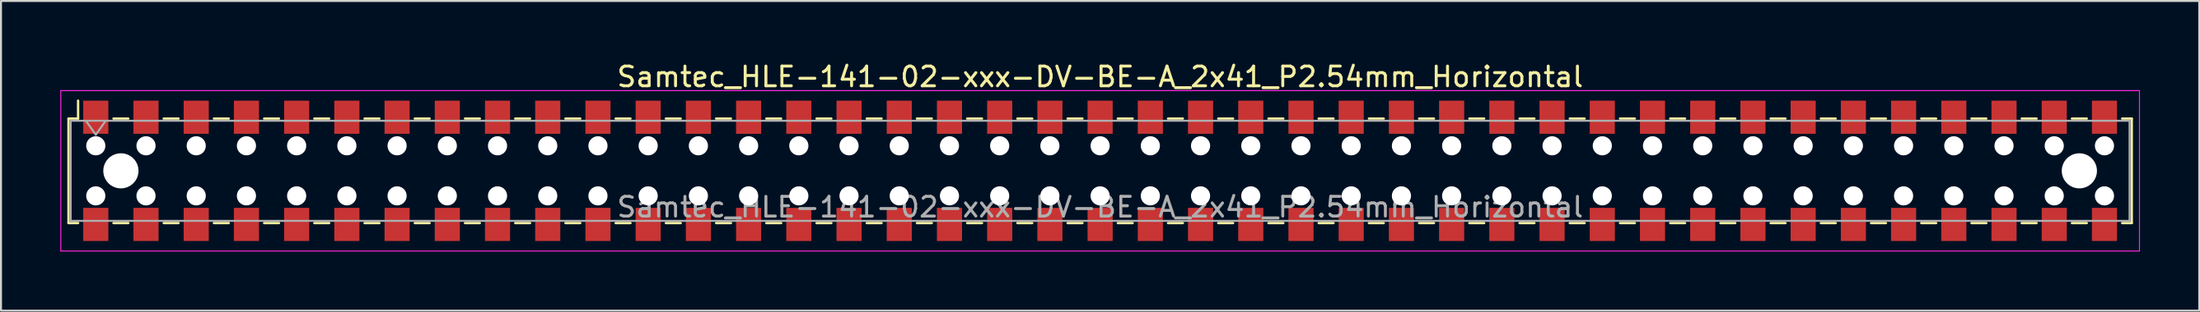
<source format=kicad_pcb>
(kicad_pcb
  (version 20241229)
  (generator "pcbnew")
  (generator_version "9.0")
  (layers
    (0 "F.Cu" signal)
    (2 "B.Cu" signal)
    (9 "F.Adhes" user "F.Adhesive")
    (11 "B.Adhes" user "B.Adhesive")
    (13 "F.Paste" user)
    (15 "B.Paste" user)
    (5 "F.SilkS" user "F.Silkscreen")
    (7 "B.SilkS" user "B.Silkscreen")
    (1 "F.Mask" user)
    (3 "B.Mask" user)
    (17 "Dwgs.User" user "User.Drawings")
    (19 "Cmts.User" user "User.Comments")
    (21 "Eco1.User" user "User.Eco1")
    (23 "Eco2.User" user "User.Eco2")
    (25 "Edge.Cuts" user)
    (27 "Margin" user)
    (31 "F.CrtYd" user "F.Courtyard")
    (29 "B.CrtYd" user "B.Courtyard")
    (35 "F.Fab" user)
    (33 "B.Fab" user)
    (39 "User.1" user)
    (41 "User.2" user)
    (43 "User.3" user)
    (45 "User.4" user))
  (footprint "Samtec_HLE-141-02-xxx-DV-BE-A_2x41_P2.54mm_Horizontal"
    (layer "F.Cu")
    (at 52.595 5.618)
    (property "Reference" "Samtec_HLE-141-02-xxx-DV-BE-A_2x41_P2.54mm_Horizontal" (at 0 -4.77 0) (layer "F.SilkS") (effects (font (size 1 1) (thickness 0.15))))
    (attr smd)
    (fp_line (start -52.18 -2.65) (end -52.18 2.65) (stroke (width 0.12) (type solid)) (layer "F.SilkS"))
    (fp_line (start -52.18 2.65) (end -51.695 2.65) (stroke (width 0.12) (type solid)) (layer "F.SilkS"))
    (fp_line (start -51.695 -3.56) (end -51.695 -2.65) (stroke (width 0.12) (type solid)) (layer "F.SilkS"))
    (fp_line (start -51.695 -2.65) (end -52.18 -2.65) (stroke (width 0.12) (type solid)) (layer "F.SilkS"))
    (fp_line (start -49.905 -2.65) (end -49.155 -2.65) (stroke (width 0.12) (type solid)) (layer "F.SilkS"))
    (fp_line (start -49.905 2.65) (end -49.155 2.65) (stroke (width 0.12) (type solid)) (layer "F.SilkS"))
    (fp_line (start -47.365 -2.65) (end -46.615 -2.65) (stroke (width 0.12) (type solid)) (layer "F.SilkS"))
    (fp_line (start -47.365 2.65) (end -46.615 2.65) (stroke (width 0.12) (type solid)) (layer "F.SilkS"))
    (fp_line (start -44.825 -2.65) (end -44.075 -2.65) (stroke (width 0.12) (type solid)) (layer "F.SilkS"))
    (fp_line (start -44.825 2.65) (end -44.075 2.65) (stroke (width 0.12) (type solid)) (layer "F.SilkS"))
    (fp_line (start -42.285 -2.65) (end -41.535 -2.65) (stroke (width 0.12) (type solid)) (layer "F.SilkS"))
    (fp_line (start -42.285 2.65) (end -41.535 2.65) (stroke (width 0.12) (type solid)) (layer "F.SilkS"))
    (fp_line (start -39.745 -2.65) (end -38.995 -2.65) (stroke (width 0.12) (type solid)) (layer "F.SilkS"))
    (fp_line (start -39.745 2.65) (end -38.995 2.65) (stroke (width 0.12) (type solid)) (layer "F.SilkS"))
    (fp_line (start -37.205 -2.65) (end -36.455 -2.65) (stroke (width 0.12) (type solid)) (layer "F.SilkS"))
    (fp_line (start -37.205 2.65) (end -36.455 2.65) (stroke (width 0.12) (type solid)) (layer "F.SilkS"))
    (fp_line (start -34.665 -2.65) (end -33.915 -2.65) (stroke (width 0.12) (type solid)) (layer "F.SilkS"))
    (fp_line (start -34.665 2.65) (end -33.915 2.65) (stroke (width 0.12) (type solid)) (layer "F.SilkS"))
    (fp_line (start -32.125 -2.65) (end -31.375 -2.65) (stroke (width 0.12) (type solid)) (layer "F.SilkS"))
    (fp_line (start -32.125 2.65) (end -31.375 2.65) (stroke (width 0.12) (type solid)) (layer "F.SilkS"))
    (fp_line (start -29.585 -2.65) (end -28.835 -2.65) (stroke (width 0.12) (type solid)) (layer "F.SilkS"))
    (fp_line (start -29.585 2.65) (end -28.835 2.65) (stroke (width 0.12) (type solid)) (layer "F.SilkS"))
    (fp_line (start -27.045 -2.65) (end -26.295 -2.65) (stroke (width 0.12) (type solid)) (layer "F.SilkS"))
    (fp_line (start -27.045 2.65) (end -26.295 2.65) (stroke (width 0.12) (type solid)) (layer "F.SilkS"))
    (fp_line (start -24.505 -2.65) (end -23.755 -2.65) (stroke (width 0.12) (type solid)) (layer "F.SilkS"))
    (fp_line (start -24.505 2.65) (end -23.755 2.65) (stroke (width 0.12) (type solid)) (layer "F.SilkS"))
    (fp_line (start -21.965 -2.65) (end -21.215 -2.65) (stroke (width 0.12) (type solid)) (layer "F.SilkS"))
    (fp_line (start -21.965 2.65) (end -21.215 2.65) (stroke (width 0.12) (type solid)) (layer "F.SilkS"))
    (fp_line (start -19.425 -2.65) (end -18.675 -2.65) (stroke (width 0.12) (type solid)) (layer "F.SilkS"))
    (fp_line (start -19.425 2.65) (end -18.675 2.65) (stroke (width 0.12) (type solid)) (layer "F.SilkS"))
    (fp_line (start -16.885 -2.65) (end -16.135 -2.65) (stroke (width 0.12) (type solid)) (layer "F.SilkS"))
    (fp_line (start -16.885 2.65) (end -16.135 2.65) (stroke (width 0.12) (type solid)) (layer "F.SilkS"))
    (fp_line (start -14.345 -2.65) (end -13.595 -2.65) (stroke (width 0.12) (type solid)) (layer "F.SilkS"))
    (fp_line (start -14.345 2.65) (end -13.595 2.65) (stroke (width 0.12) (type solid)) (layer "F.SilkS"))
    (fp_line (start -11.805 -2.65) (end -11.055 -2.65) (stroke (width 0.12) (type solid)) (layer "F.SilkS"))
    (fp_line (start -11.805 2.65) (end -11.055 2.65) (stroke (width 0.12) (type solid)) (layer "F.SilkS"))
    (fp_line (start -9.265 -2.65) (end -8.515 -2.65) (stroke (width 0.12) (type solid)) (layer "F.SilkS"))
    (fp_line (start -9.265 2.65) (end -8.515 2.65) (stroke (width 0.12) (type solid)) (layer "F.SilkS"))
    (fp_line (start -6.725 -2.65) (end -5.975 -2.65) (stroke (width 0.12) (type solid)) (layer "F.SilkS"))
    (fp_line (start -6.725 2.65) (end -5.975 2.65) (stroke (width 0.12) (type solid)) (layer "F.SilkS"))
    (fp_line (start -4.185 -2.65) (end -3.435 -2.65) (stroke (width 0.12) (type solid)) (layer "F.SilkS"))
    (fp_line (start -4.185 2.65) (end -3.435 2.65) (stroke (width 0.12) (type solid)) (layer "F.SilkS"))
    (fp_line (start -1.645 -2.65) (end -0.895 -2.65) (stroke (width 0.12) (type solid)) (layer "F.SilkS"))
    (fp_line (start -1.645 2.65) (end -0.895 2.65) (stroke (width 0.12) (type solid)) (layer "F.SilkS"))
    (fp_line (start 0.895 -2.65) (end 1.645 -2.65) (stroke (width 0.12) (type solid)) (layer "F.SilkS"))
    (fp_line (start 0.895 2.65) (end 1.645 2.65) (stroke (width 0.12) (type solid)) (layer "F.SilkS"))
    (fp_line (start 3.435 -2.65) (end 4.185 -2.65) (stroke (width 0.12) (type solid)) (layer "F.SilkS"))
    (fp_line (start 3.435 2.65) (end 4.185 2.65) (stroke (width 0.12) (type solid)) (layer "F.SilkS"))
    (fp_line (start 5.975 -2.65) (end 6.725 -2.65) (stroke (width 0.12) (type solid)) (layer "F.SilkS"))
    (fp_line (start 5.975 2.65) (end 6.725 2.65) (stroke (width 0.12) (type solid)) (layer "F.SilkS"))
    (fp_line (start 8.515 -2.65) (end 9.265 -2.65) (stroke (width 0.12) (type solid)) (layer "F.SilkS"))
    (fp_line (start 8.515 2.65) (end 9.265 2.65) (stroke (width 0.12) (type solid)) (layer "F.SilkS"))
    (fp_line (start 11.055 -2.65) (end 11.805 -2.65) (stroke (width 0.12) (type solid)) (layer "F.SilkS"))
    (fp_line (start 11.055 2.65) (end 11.805 2.65) (stroke (width 0.12) (type solid)) (layer "F.SilkS"))
    (fp_line (start 13.595 -2.65) (end 14.345 -2.65) (stroke (width 0.12) (type solid)) (layer "F.SilkS"))
    (fp_line (start 13.595 2.65) (end 14.345 2.65) (stroke (width 0.12) (type solid)) (layer "F.SilkS"))
    (fp_line (start 16.135 -2.65) (end 16.885 -2.65) (stroke (width 0.12) (type solid)) (layer "F.SilkS"))
    (fp_line (start 16.135 2.65) (end 16.885 2.65) (stroke (width 0.12) (type solid)) (layer "F.SilkS"))
    (fp_line (start 18.675 -2.65) (end 19.425 -2.65) (stroke (width 0.12) (type solid)) (layer "F.SilkS"))
    (fp_line (start 18.675 2.65) (end 19.425 2.65) (stroke (width 0.12) (type solid)) (layer "F.SilkS"))
    (fp_line (start 21.215 -2.65) (end 21.965 -2.65) (stroke (width 0.12) (type solid)) (layer "F.SilkS"))
    (fp_line (start 21.215 2.65) (end 21.965 2.65) (stroke (width 0.12) (type solid)) (layer "F.SilkS"))
    (fp_line (start 23.755 -2.65) (end 24.505 -2.65) (stroke (width 0.12) (type solid)) (layer "F.SilkS"))
    (fp_line (start 23.755 2.65) (end 24.505 2.65) (stroke (width 0.12) (type solid)) (layer "F.SilkS"))
    (fp_line (start 26.295 -2.65) (end 27.045 -2.65) (stroke (width 0.12) (type solid)) (layer "F.SilkS"))
    (fp_line (start 26.295 2.65) (end 27.045 2.65) (stroke (width 0.12) (type solid)) (layer "F.SilkS"))
    (fp_line (start 28.835 -2.65) (end 29.585 -2.65) (stroke (width 0.12) (type solid)) (layer "F.SilkS"))
    (fp_line (start 28.835 2.65) (end 29.585 2.65) (stroke (width 0.12) (type solid)) (layer "F.SilkS"))
    (fp_line (start 31.375 -2.65) (end 32.125 -2.65) (stroke (width 0.12) (type solid)) (layer "F.SilkS"))
    (fp_line (start 31.375 2.65) (end 32.125 2.65) (stroke (width 0.12) (type solid)) (layer "F.SilkS"))
    (fp_line (start 33.915 -2.65) (end 34.665 -2.65) (stroke (width 0.12) (type solid)) (layer "F.SilkS"))
    (fp_line (start 33.915 2.65) (end 34.665 2.65) (stroke (width 0.12) (type solid)) (layer "F.SilkS"))
    (fp_line (start 36.455 -2.65) (end 37.205 -2.65) (stroke (width 0.12) (type solid)) (layer "F.SilkS"))
    (fp_line (start 36.455 2.65) (end 37.205 2.65) (stroke (width 0.12) (type solid)) (layer "F.SilkS"))
    (fp_line (start 38.995 -2.65) (end 39.745 -2.65) (stroke (width 0.12) (type solid)) (layer "F.SilkS"))
    (fp_line (start 38.995 2.65) (end 39.745 2.65) (stroke (width 0.12) (type solid)) (layer "F.SilkS"))
    (fp_line (start 41.535 -2.65) (end 42.285 -2.65) (stroke (width 0.12) (type solid)) (layer "F.SilkS"))
    (fp_line (start 41.535 2.65) (end 42.285 2.65) (stroke (width 0.12) (type solid)) (layer "F.SilkS"))
    (fp_line (start 44.075 -2.65) (end 44.825 -2.65) (stroke (width 0.12) (type solid)) (layer "F.SilkS"))
    (fp_line (start 44.075 2.65) (end 44.825 2.65) (stroke (width 0.12) (type solid)) (layer "F.SilkS"))
    (fp_line (start 46.615 -2.65) (end 47.365 -2.65) (stroke (width 0.12) (type solid)) (layer "F.SilkS"))
    (fp_line (start 46.615 2.65) (end 47.365 2.65) (stroke (width 0.12) (type solid)) (layer "F.SilkS"))
    (fp_line (start 49.155 -2.65) (end 49.905 -2.65) (stroke (width 0.12) (type solid)) (layer "F.SilkS"))
    (fp_line (start 49.155 2.65) (end 49.905 2.65) (stroke (width 0.12) (type solid)) (layer "F.SilkS"))
    (fp_line (start 51.695 -2.65) (end 52.18 -2.65) (stroke (width 0.12) (type solid)) (layer "F.SilkS"))
    (fp_line (start 52.18 -2.65) (end 52.18 2.65) (stroke (width 0.12) (type solid)) (layer "F.SilkS"))
    (fp_line (start 52.18 2.65) (end 51.695 2.65) (stroke (width 0.12) (type solid)) (layer "F.SilkS"))
    (fp_line (start -52.57 -4.07) (end 52.57 -4.07) (stroke (width 0.05) (type solid)) (layer "F.CrtYd"))
    (fp_line (start -52.57 4.07) (end -52.57 -4.07) (stroke (width 0.05) (type solid)) (layer "F.CrtYd"))
    (fp_line (start 52.57 -4.07) (end 52.57 4.07) (stroke (width 0.05) (type solid)) (layer "F.CrtYd"))
    (fp_line (start 52.57 4.07) (end -52.57 4.07) (stroke (width 0.05) (type solid)) (layer "F.CrtYd"))
    (fp_line (start -52.07 -2.54) (end 52.07 -2.54) (stroke (width 0.1) (type solid)) (layer "F.Fab"))
    (fp_line (start -52.07 2.54) (end -52.07 -2.54) (stroke (width 0.1) (type solid)) (layer "F.Fab"))
    (fp_line (start -51.3 -2.54) (end -50.8 -1.833) (stroke (width 0.1) (type solid)) (layer "F.Fab"))
    (fp_line (start -50.8 -1.833) (end -50.3 -2.54) (stroke (width 0.1) (type solid)) (layer "F.Fab"))
    (fp_line (start 52.07 -2.54) (end 52.07 2.54) (stroke (width 0.1) (type solid)) (layer "F.Fab"))
    (fp_line (start 52.07 2.54) (end -52.07 2.54) (stroke (width 0.1) (type solid)) (layer "F.Fab"))
    (fp_text user "${REFERENCE}" (at 0 1.84 0) (layer "F.Fab") (effects (font (size 1 1) (thickness 0.15))))
    (pad "" np_thru_hole circle (at -50.8 -1.27) (size 0.97 0.97) (drill 0.97) (layers "*.Cu" "*.Mask"))
    (pad "" np_thru_hole circle (at -50.8 1.27) (size 0.97 0.97) (drill 0.97) (layers "*.Cu" "*.Mask"))
    (pad "" np_thru_hole circle (at -49.53 0) (size 1.78 1.78) (drill 1.78) (layers "*.Cu" "*.Mask"))
    (pad "" np_thru_hole circle (at -48.26 -1.27) (size 0.97 0.97) (drill 0.97) (layers "*.Cu" "*.Mask"))
    (pad "" np_thru_hole circle (at -48.26 1.27) (size 0.97 0.97) (drill 0.97) (layers "*.Cu" "*.Mask"))
    (pad "" np_thru_hole circle (at -45.72 -1.27) (size 0.97 0.97) (drill 0.97) (layers "*.Cu" "*.Mask"))
    (pad "" np_thru_hole circle (at -45.72 1.27) (size 0.97 0.97) (drill 0.97) (layers "*.Cu" "*.Mask"))
    (pad "" np_thru_hole circle (at -43.18 -1.27) (size 0.97 0.97) (drill 0.97) (layers "*.Cu" "*.Mask"))
    (pad "" np_thru_hole circle (at -43.18 1.27) (size 0.97 0.97) (drill 0.97) (layers "*.Cu" "*.Mask"))
    (pad "" np_thru_hole circle (at -40.64 -1.27) (size 0.97 0.97) (drill 0.97) (layers "*.Cu" "*.Mask"))
    (pad "" np_thru_hole circle (at -40.64 1.27) (size 0.97 0.97) (drill 0.97) (layers "*.Cu" "*.Mask"))
    (pad "" np_thru_hole circle (at -38.1 -1.27) (size 0.97 0.97) (drill 0.97) (layers "*.Cu" "*.Mask"))
    (pad "" np_thru_hole circle (at -38.1 1.27) (size 0.97 0.97) (drill 0.97) (layers "*.Cu" "*.Mask"))
    (pad "" np_thru_hole circle (at -35.56 -1.27) (size 0.97 0.97) (drill 0.97) (layers "*.Cu" "*.Mask"))
    (pad "" np_thru_hole circle (at -35.56 1.27) (size 0.97 0.97) (drill 0.97) (layers "*.Cu" "*.Mask"))
    (pad "" np_thru_hole circle (at -33.02 -1.27) (size 0.97 0.97) (drill 0.97) (layers "*.Cu" "*.Mask"))
    (pad "" np_thru_hole circle (at -33.02 1.27) (size 0.97 0.97) (drill 0.97) (layers "*.Cu" "*.Mask"))
    (pad "" np_thru_hole circle (at -30.48 -1.27) (size 0.97 0.97) (drill 0.97) (layers "*.Cu" "*.Mask"))
    (pad "" np_thru_hole circle (at -30.48 1.27) (size 0.97 0.97) (drill 0.97) (layers "*.Cu" "*.Mask"))
    (pad "" np_thru_hole circle (at -27.94 -1.27) (size 0.97 0.97) (drill 0.97) (layers "*.Cu" "*.Mask"))
    (pad "" np_thru_hole circle (at -27.94 1.27) (size 0.97 0.97) (drill 0.97) (layers "*.Cu" "*.Mask"))
    (pad "" np_thru_hole circle (at -25.4 -1.27) (size 0.97 0.97) (drill 0.97) (layers "*.Cu" "*.Mask"))
    (pad "" np_thru_hole circle (at -25.4 1.27) (size 0.97 0.97) (drill 0.97) (layers "*.Cu" "*.Mask"))
    (pad "" np_thru_hole circle (at -22.86 -1.27) (size 0.97 0.97) (drill 0.97) (layers "*.Cu" "*.Mask"))
    (pad "" np_thru_hole circle (at -22.86 1.27) (size 0.97 0.97) (drill 0.97) (layers "*.Cu" "*.Mask"))
    (pad "" np_thru_hole circle (at -20.32 -1.27) (size 0.97 0.97) (drill 0.97) (layers "*.Cu" "*.Mask"))
    (pad "" np_thru_hole circle (at -20.32 1.27) (size 0.97 0.97) (drill 0.97) (layers "*.Cu" "*.Mask"))
    (pad "" np_thru_hole circle (at -17.78 -1.27) (size 0.97 0.97) (drill 0.97) (layers "*.Cu" "*.Mask"))
    (pad "" np_thru_hole circle (at -17.78 1.27) (size 0.97 0.97) (drill 0.97) (layers "*.Cu" "*.Mask"))
    (pad "" np_thru_hole circle (at -15.24 -1.27) (size 0.97 0.97) (drill 0.97) (layers "*.Cu" "*.Mask"))
    (pad "" np_thru_hole circle (at -15.24 1.27) (size 0.97 0.97) (drill 0.97) (layers "*.Cu" "*.Mask"))
    (pad "" np_thru_hole circle (at -12.7 -1.27) (size 0.97 0.97) (drill 0.97) (layers "*.Cu" "*.Mask"))
    (pad "" np_thru_hole circle (at -12.7 1.27) (size 0.97 0.97) (drill 0.97) (layers "*.Cu" "*.Mask"))
    (pad "" np_thru_hole circle (at -10.16 -1.27) (size 0.97 0.97) (drill 0.97) (layers "*.Cu" "*.Mask"))
    (pad "" np_thru_hole circle (at -10.16 1.27) (size 0.97 0.97) (drill 0.97) (layers "*.Cu" "*.Mask"))
    (pad "" np_thru_hole circle (at -7.62 -1.27) (size 0.97 0.97) (drill 0.97) (layers "*.Cu" "*.Mask"))
    (pad "" np_thru_hole circle (at -7.62 1.27) (size 0.97 0.97) (drill 0.97) (layers "*.Cu" "*.Mask"))
    (pad "" np_thru_hole circle (at -5.08 -1.27) (size 0.97 0.97) (drill 0.97) (layers "*.Cu" "*.Mask"))
    (pad "" np_thru_hole circle (at -5.08 1.27) (size 0.97 0.97) (drill 0.97) (layers "*.Cu" "*.Mask"))
    (pad "" np_thru_hole circle (at -2.54 -1.27) (size 0.97 0.97) (drill 0.97) (layers "*.Cu" "*.Mask"))
    (pad "" np_thru_hole circle (at -2.54 1.27) (size 0.97 0.97) (drill 0.97) (layers "*.Cu" "*.Mask"))
    (pad "" np_thru_hole circle (at 0 -1.27) (size 0.97 0.97) (drill 0.97) (layers "*.Cu" "*.Mask"))
    (pad "" np_thru_hole circle (at 0 1.27) (size 0.97 0.97) (drill 0.97) (layers "*.Cu" "*.Mask"))
    (pad "" np_thru_hole circle (at 2.54 -1.27) (size 0.97 0.97) (drill 0.97) (layers "*.Cu" "*.Mask"))
    (pad "" np_thru_hole circle (at 2.54 1.27) (size 0.97 0.97) (drill 0.97) (layers "*.Cu" "*.Mask"))
    (pad "" np_thru_hole circle (at 5.08 -1.27) (size 0.97 0.97) (drill 0.97) (layers "*.Cu" "*.Mask"))
    (pad "" np_thru_hole circle (at 5.08 1.27) (size 0.97 0.97) (drill 0.97) (layers "*.Cu" "*.Mask"))
    (pad "" np_thru_hole circle (at 7.62 -1.27) (size 0.97 0.97) (drill 0.97) (layers "*.Cu" "*.Mask"))
    (pad "" np_thru_hole circle (at 7.62 1.27) (size 0.97 0.97) (drill 0.97) (layers "*.Cu" "*.Mask"))
    (pad "" np_thru_hole circle (at 10.16 -1.27) (size 0.97 0.97) (drill 0.97) (layers "*.Cu" "*.Mask"))
    (pad "" np_thru_hole circle (at 10.16 1.27) (size 0.97 0.97) (drill 0.97) (layers "*.Cu" "*.Mask"))
    (pad "" np_thru_hole circle (at 12.7 -1.27) (size 0.97 0.97) (drill 0.97) (layers "*.Cu" "*.Mask"))
    (pad "" np_thru_hole circle (at 12.7 1.27) (size 0.97 0.97) (drill 0.97) (layers "*.Cu" "*.Mask"))
    (pad "" np_thru_hole circle (at 15.24 -1.27) (size 0.97 0.97) (drill 0.97) (layers "*.Cu" "*.Mask"))
    (pad "" np_thru_hole circle (at 15.24 1.27) (size 0.97 0.97) (drill 0.97) (layers "*.Cu" "*.Mask"))
    (pad "" np_thru_hole circle (at 17.78 -1.27) (size 0.97 0.97) (drill 0.97) (layers "*.Cu" "*.Mask"))
    (pad "" np_thru_hole circle (at 17.78 1.27) (size 0.97 0.97) (drill 0.97) (layers "*.Cu" "*.Mask"))
    (pad "" np_thru_hole circle (at 20.32 -1.27) (size 0.97 0.97) (drill 0.97) (layers "*.Cu" "*.Mask"))
    (pad "" np_thru_hole circle (at 20.32 1.27) (size 0.97 0.97) (drill 0.97) (layers "*.Cu" "*.Mask"))
    (pad "" np_thru_hole circle (at 22.86 -1.27) (size 0.97 0.97) (drill 0.97) (layers "*.Cu" "*.Mask"))
    (pad "" np_thru_hole circle (at 22.86 1.27) (size 0.97 0.97) (drill 0.97) (layers "*.Cu" "*.Mask"))
    (pad "" np_thru_hole circle (at 25.4 -1.27) (size 0.97 0.97) (drill 0.97) (layers "*.Cu" "*.Mask"))
    (pad "" np_thru_hole circle (at 25.4 1.27) (size 0.97 0.97) (drill 0.97) (layers "*.Cu" "*.Mask"))
    (pad "" np_thru_hole circle (at 27.94 -1.27) (size 0.97 0.97) (drill 0.97) (layers "*.Cu" "*.Mask"))
    (pad "" np_thru_hole circle (at 27.94 1.27) (size 0.97 0.97) (drill 0.97) (layers "*.Cu" "*.Mask"))
    (pad "" np_thru_hole circle (at 30.48 -1.27) (size 0.97 0.97) (drill 0.97) (layers "*.Cu" "*.Mask"))
    (pad "" np_thru_hole circle (at 30.48 1.27) (size 0.97 0.97) (drill 0.97) (layers "*.Cu" "*.Mask"))
    (pad "" np_thru_hole circle (at 33.02 -1.27) (size 0.97 0.97) (drill 0.97) (layers "*.Cu" "*.Mask"))
    (pad "" np_thru_hole circle (at 33.02 1.27) (size 0.97 0.97) (drill 0.97) (layers "*.Cu" "*.Mask"))
    (pad "" np_thru_hole circle (at 35.56 -1.27) (size 0.97 0.97) (drill 0.97) (layers "*.Cu" "*.Mask"))
    (pad "" np_thru_hole circle (at 35.56 1.27) (size 0.97 0.97) (drill 0.97) (layers "*.Cu" "*.Mask"))
    (pad "" np_thru_hole circle (at 38.1 -1.27) (size 0.97 0.97) (drill 0.97) (layers "*.Cu" "*.Mask"))
    (pad "" np_thru_hole circle (at 38.1 1.27) (size 0.97 0.97) (drill 0.97) (layers "*.Cu" "*.Mask"))
    (pad "" np_thru_hole circle (at 40.64 -1.27) (size 0.97 0.97) (drill 0.97) (layers "*.Cu" "*.Mask"))
    (pad "" np_thru_hole circle (at 40.64 1.27) (size 0.97 0.97) (drill 0.97) (layers "*.Cu" "*.Mask"))
    (pad "" np_thru_hole circle (at 43.18 -1.27) (size 0.97 0.97) (drill 0.97) (layers "*.Cu" "*.Mask"))
    (pad "" np_thru_hole circle (at 43.18 1.27) (size 0.97 0.97) (drill 0.97) (layers "*.Cu" "*.Mask"))
    (pad "" np_thru_hole circle (at 45.72 -1.27) (size 0.97 0.97) (drill 0.97) (layers "*.Cu" "*.Mask"))
    (pad "" np_thru_hole circle (at 45.72 1.27) (size 0.97 0.97) (drill 0.97) (layers "*.Cu" "*.Mask"))
    (pad "" np_thru_hole circle (at 48.26 -1.27) (size 0.97 0.97) (drill 0.97) (layers "*.Cu" "*.Mask"))
    (pad "" np_thru_hole circle (at 48.26 1.27) (size 0.97 0.97) (drill 0.97) (layers "*.Cu" "*.Mask"))
    (pad "" np_thru_hole circle (at 49.53 0) (size 1.78 1.78) (drill 1.78) (layers "*.Cu" "*.Mask"))
    (pad "" np_thru_hole circle (at 50.8 -1.27) (size 0.97 0.97) (drill 0.97) (layers "*.Cu" "*.Mask"))
    (pad "" np_thru_hole circle (at 50.8 1.27) (size 0.97 0.97) (drill 0.97) (layers "*.Cu" "*.Mask"))
    (pad "1" smd rect (at -50.8 -2.72) (size 1.27 1.68) (layers "F.Cu" "F.Mask" "F.Paste"))
    (pad "2" smd rect (at -50.8 2.72) (size 1.27 1.68) (layers "F.Cu" "F.Mask" "F.Paste"))
    (pad "3" smd rect (at -48.26 -2.72) (size 1.27 1.68) (layers "F.Cu" "F.Mask" "F.Paste"))
    (pad "4" smd rect (at -48.26 2.72) (size 1.27 1.68) (layers "F.Cu" "F.Mask" "F.Paste"))
    (pad "5" smd rect (at -45.72 -2.72) (size 1.27 1.68) (layers "F.Cu" "F.Mask" "F.Paste"))
    (pad "6" smd rect (at -45.72 2.72) (size 1.27 1.68) (layers "F.Cu" "F.Mask" "F.Paste"))
    (pad "7" smd rect (at -43.18 -2.72) (size 1.27 1.68) (layers "F.Cu" "F.Mask" "F.Paste"))
    (pad "8" smd rect (at -43.18 2.72) (size 1.27 1.68) (layers "F.Cu" "F.Mask" "F.Paste"))
    (pad "9" smd rect (at -40.64 -2.72) (size 1.27 1.68) (layers "F.Cu" "F.Mask" "F.Paste"))
    (pad "10" smd rect (at -40.64 2.72) (size 1.27 1.68) (layers "F.Cu" "F.Mask" "F.Paste"))
    (pad "11" smd rect (at -38.1 -2.72) (size 1.27 1.68) (layers "F.Cu" "F.Mask" "F.Paste"))
    (pad "12" smd rect (at -38.1 2.72) (size 1.27 1.68) (layers "F.Cu" "F.Mask" "F.Paste"))
    (pad "13" smd rect (at -35.56 -2.72) (size 1.27 1.68) (layers "F.Cu" "F.Mask" "F.Paste"))
    (pad "14" smd rect (at -35.56 2.72) (size 1.27 1.68) (layers "F.Cu" "F.Mask" "F.Paste"))
    (pad "15" smd rect (at -33.02 -2.72) (size 1.27 1.68) (layers "F.Cu" "F.Mask" "F.Paste"))
    (pad "16" smd rect (at -33.02 2.72) (size 1.27 1.68) (layers "F.Cu" "F.Mask" "F.Paste"))
    (pad "17" smd rect (at -30.48 -2.72) (size 1.27 1.68) (layers "F.Cu" "F.Mask" "F.Paste"))
    (pad "18" smd rect (at -30.48 2.72) (size 1.27 1.68) (layers "F.Cu" "F.Mask" "F.Paste"))
    (pad "19" smd rect (at -27.94 -2.72) (size 1.27 1.68) (layers "F.Cu" "F.Mask" "F.Paste"))
    (pad "20" smd rect (at -27.94 2.72) (size 1.27 1.68) (layers "F.Cu" "F.Mask" "F.Paste"))
    (pad "21" smd rect (at -25.4 -2.72) (size 1.27 1.68) (layers "F.Cu" "F.Mask" "F.Paste"))
    (pad "22" smd rect (at -25.4 2.72) (size 1.27 1.68) (layers "F.Cu" "F.Mask" "F.Paste"))
    (pad "23" smd rect (at -22.86 -2.72) (size 1.27 1.68) (layers "F.Cu" "F.Mask" "F.Paste"))
    (pad "24" smd rect (at -22.86 2.72) (size 1.27 1.68) (layers "F.Cu" "F.Mask" "F.Paste"))
    (pad "25" smd rect (at -20.32 -2.72) (size 1.27 1.68) (layers "F.Cu" "F.Mask" "F.Paste"))
    (pad "26" smd rect (at -20.32 2.72) (size 1.27 1.68) (layers "F.Cu" "F.Mask" "F.Paste"))
    (pad "27" smd rect (at -17.78 -2.72) (size 1.27 1.68) (layers "F.Cu" "F.Mask" "F.Paste"))
    (pad "28" smd rect (at -17.78 2.72) (size 1.27 1.68) (layers "F.Cu" "F.Mask" "F.Paste"))
    (pad "29" smd rect (at -15.24 -2.72) (size 1.27 1.68) (layers "F.Cu" "F.Mask" "F.Paste"))
    (pad "30" smd rect (at -15.24 2.72) (size 1.27 1.68) (layers "F.Cu" "F.Mask" "F.Paste"))
    (pad "31" smd rect (at -12.7 -2.72) (size 1.27 1.68) (layers "F.Cu" "F.Mask" "F.Paste"))
    (pad "32" smd rect (at -12.7 2.72) (size 1.27 1.68) (layers "F.Cu" "F.Mask" "F.Paste"))
    (pad "33" smd rect (at -10.16 -2.72) (size 1.27 1.68) (layers "F.Cu" "F.Mask" "F.Paste"))
    (pad "34" smd rect (at -10.16 2.72) (size 1.27 1.68) (layers "F.Cu" "F.Mask" "F.Paste"))
    (pad "35" smd rect (at -7.62 -2.72) (size 1.27 1.68) (layers "F.Cu" "F.Mask" "F.Paste"))
    (pad "36" smd rect (at -7.62 2.72) (size 1.27 1.68) (layers "F.Cu" "F.Mask" "F.Paste"))
    (pad "37" smd rect (at -5.08 -2.72) (size 1.27 1.68) (layers "F.Cu" "F.Mask" "F.Paste"))
    (pad "38" smd rect (at -5.08 2.72) (size 1.27 1.68) (layers "F.Cu" "F.Mask" "F.Paste"))
    (pad "39" smd rect (at -2.54 -2.72) (size 1.27 1.68) (layers "F.Cu" "F.Mask" "F.Paste"))
    (pad "40" smd rect (at -2.54 2.72) (size 1.27 1.68) (layers "F.Cu" "F.Mask" "F.Paste"))
    (pad "41" smd rect (at 0 -2.72) (size 1.27 1.68) (layers "F.Cu" "F.Mask" "F.Paste"))
    (pad "42" smd rect (at 0 2.72) (size 1.27 1.68) (layers "F.Cu" "F.Mask" "F.Paste"))
    (pad "43" smd rect (at 2.54 -2.72) (size 1.27 1.68) (layers "F.Cu" "F.Mask" "F.Paste"))
    (pad "44" smd rect (at 2.54 2.72) (size 1.27 1.68) (layers "F.Cu" "F.Mask" "F.Paste"))
    (pad "45" smd rect (at 5.08 -2.72) (size 1.27 1.68) (layers "F.Cu" "F.Mask" "F.Paste"))
    (pad "46" smd rect (at 5.08 2.72) (size 1.27 1.68) (layers "F.Cu" "F.Mask" "F.Paste"))
    (pad "47" smd rect (at 7.62 -2.72) (size 1.27 1.68) (layers "F.Cu" "F.Mask" "F.Paste"))
    (pad "48" smd rect (at 7.62 2.72) (size 1.27 1.68) (layers "F.Cu" "F.Mask" "F.Paste"))
    (pad "49" smd rect (at 10.16 -2.72) (size 1.27 1.68) (layers "F.Cu" "F.Mask" "F.Paste"))
    (pad "50" smd rect (at 10.16 2.72) (size 1.27 1.68) (layers "F.Cu" "F.Mask" "F.Paste"))
    (pad "51" smd rect (at 12.7 -2.72) (size 1.27 1.68) (layers "F.Cu" "F.Mask" "F.Paste"))
    (pad "52" smd rect (at 12.7 2.72) (size 1.27 1.68) (layers "F.Cu" "F.Mask" "F.Paste"))
    (pad "53" smd rect (at 15.24 -2.72) (size 1.27 1.68) (layers "F.Cu" "F.Mask" "F.Paste"))
    (pad "54" smd rect (at 15.24 2.72) (size 1.27 1.68) (layers "F.Cu" "F.Mask" "F.Paste"))
    (pad "55" smd rect (at 17.78 -2.72) (size 1.27 1.68) (layers "F.Cu" "F.Mask" "F.Paste"))
    (pad "56" smd rect (at 17.78 2.72) (size 1.27 1.68) (layers "F.Cu" "F.Mask" "F.Paste"))
    (pad "57" smd rect (at 20.32 -2.72) (size 1.27 1.68) (layers "F.Cu" "F.Mask" "F.Paste"))
    (pad "58" smd rect (at 20.32 2.72) (size 1.27 1.68) (layers "F.Cu" "F.Mask" "F.Paste"))
    (pad "59" smd rect (at 22.86 -2.72) (size 1.27 1.68) (layers "F.Cu" "F.Mask" "F.Paste"))
    (pad "60" smd rect (at 22.86 2.72) (size 1.27 1.68) (layers "F.Cu" "F.Mask" "F.Paste"))
    (pad "61" smd rect (at 25.4 -2.72) (size 1.27 1.68) (layers "F.Cu" "F.Mask" "F.Paste"))
    (pad "62" smd rect (at 25.4 2.72) (size 1.27 1.68) (layers "F.Cu" "F.Mask" "F.Paste"))
    (pad "63" smd rect (at 27.94 -2.72) (size 1.27 1.68) (layers "F.Cu" "F.Mask" "F.Paste"))
    (pad "64" smd rect (at 27.94 2.72) (size 1.27 1.68) (layers "F.Cu" "F.Mask" "F.Paste"))
    (pad "65" smd rect (at 30.48 -2.72) (size 1.27 1.68) (layers "F.Cu" "F.Mask" "F.Paste"))
    (pad "66" smd rect (at 30.48 2.72) (size 1.27 1.68) (layers "F.Cu" "F.Mask" "F.Paste"))
    (pad "67" smd rect (at 33.02 -2.72) (size 1.27 1.68) (layers "F.Cu" "F.Mask" "F.Paste"))
    (pad "68" smd rect (at 33.02 2.72) (size 1.27 1.68) (layers "F.Cu" "F.Mask" "F.Paste"))
    (pad "69" smd rect (at 35.56 -2.72) (size 1.27 1.68) (layers "F.Cu" "F.Mask" "F.Paste"))
    (pad "70" smd rect (at 35.56 2.72) (size 1.27 1.68) (layers "F.Cu" "F.Mask" "F.Paste"))
    (pad "71" smd rect (at 38.1 -2.72) (size 1.27 1.68) (layers "F.Cu" "F.Mask" "F.Paste"))
    (pad "72" smd rect (at 38.1 2.72) (size 1.27 1.68) (layers "F.Cu" "F.Mask" "F.Paste"))
    (pad "73" smd rect (at 40.64 -2.72) (size 1.27 1.68) (layers "F.Cu" "F.Mask" "F.Paste"))
    (pad "74" smd rect (at 40.64 2.72) (size 1.27 1.68) (layers "F.Cu" "F.Mask" "F.Paste"))
    (pad "75" smd rect (at 43.18 -2.72) (size 1.27 1.68) (layers "F.Cu" "F.Mask" "F.Paste"))
    (pad "76" smd rect (at 43.18 2.72) (size 1.27 1.68) (layers "F.Cu" "F.Mask" "F.Paste"))
    (pad "77" smd rect (at 45.72 -2.72) (size 1.27 1.68) (layers "F.Cu" "F.Mask" "F.Paste"))
    (pad "78" smd rect (at 45.72 2.72) (size 1.27 1.68) (layers "F.Cu" "F.Mask" "F.Paste"))
    (pad "79" smd rect (at 48.26 -2.72) (size 1.27 1.68) (layers "F.Cu" "F.Mask" "F.Paste"))
    (pad "80" smd rect (at 48.26 2.72) (size 1.27 1.68) (layers "F.Cu" "F.Mask" "F.Paste"))
    (pad "81" smd rect (at 50.8 -2.72) (size 1.27 1.68) (layers "F.Cu" "F.Mask" "F.Paste"))
    (pad "82" smd rect (at 50.8 2.72) (size 1.27 1.68) (layers "F.Cu" "F.Mask" "F.Paste")))
  (gr_rect
    (start -3 -3)
    (end 108.19 12.713)
    (stroke (width 0.1) (type default))
    (fill no)
    (layer "Edge.Cuts")))
</source>
